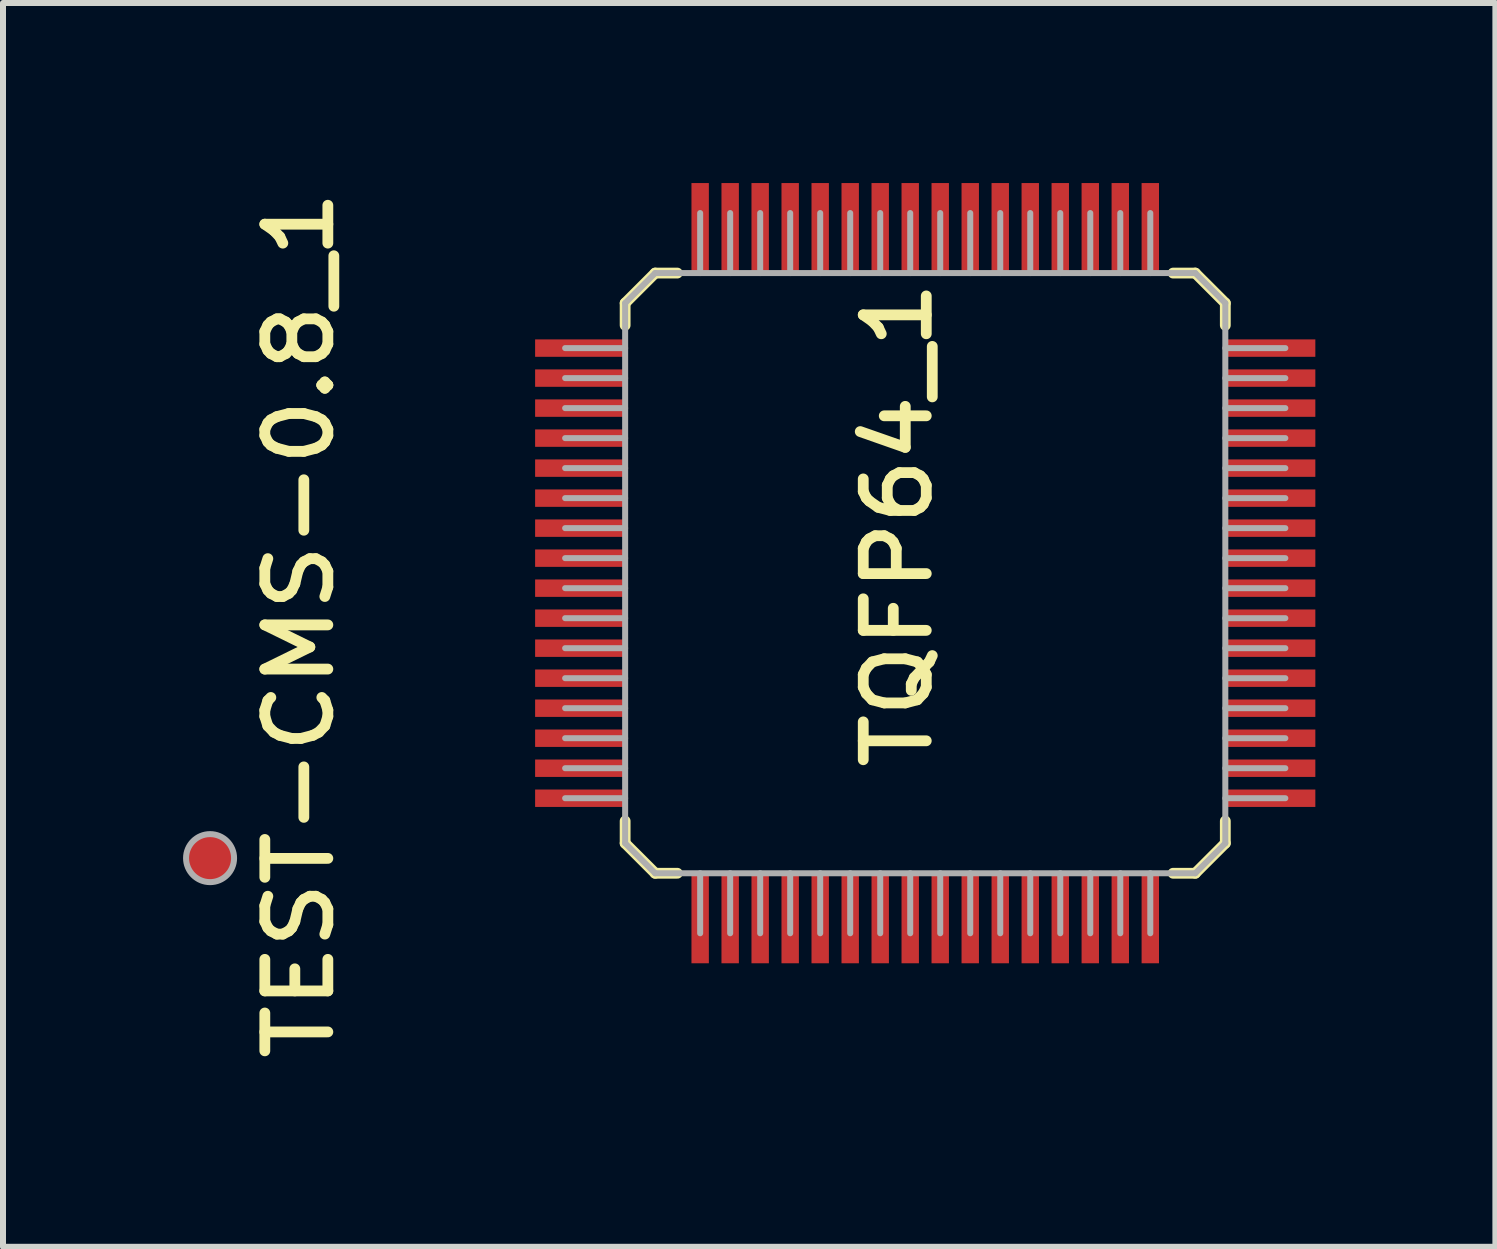
<source format=kicad_pcb>
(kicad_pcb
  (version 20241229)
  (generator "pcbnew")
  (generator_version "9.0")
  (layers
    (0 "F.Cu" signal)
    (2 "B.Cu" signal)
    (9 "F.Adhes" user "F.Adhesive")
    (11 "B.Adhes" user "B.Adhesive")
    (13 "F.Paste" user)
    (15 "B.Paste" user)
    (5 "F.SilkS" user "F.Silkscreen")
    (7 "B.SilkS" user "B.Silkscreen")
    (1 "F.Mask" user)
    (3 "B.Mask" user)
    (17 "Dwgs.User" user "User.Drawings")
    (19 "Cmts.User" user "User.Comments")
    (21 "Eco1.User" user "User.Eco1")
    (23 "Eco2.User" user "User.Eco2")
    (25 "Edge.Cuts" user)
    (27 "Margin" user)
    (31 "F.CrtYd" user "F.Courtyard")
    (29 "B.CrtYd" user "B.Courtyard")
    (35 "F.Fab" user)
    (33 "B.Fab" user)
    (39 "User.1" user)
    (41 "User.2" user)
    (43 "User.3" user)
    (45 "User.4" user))
  (footprint "TEST-CMS-0.8_1"
    (layer "F.Cu")
    (at 0.45 11.248)
    (property "Reference" "TEST-CMS-0.8_1" (at 1.486 -3.886 90) (unlocked yes) (layer "F.SilkS") (effects (font (size 1.05 1.104) (thickness 0.18))))
    (attr smd)
    (fp_circle (center 0 0) (end 0.4 0) (stroke (width 0.1) (type solid)) (fill no) (layer "F.Fab"))
    (pad "1" smd circle (at 0 0) (size 0.813 0.813) (layers "F.Cu" "F.Mask" "F.Paste")))
  (footprint "TQFP64_1"
    (layer "F.Cu")
    (at 12.366 6.5)
    (property "Reference" "TQFP64_1" (at -0.459 -0.808 90) (unlocked yes) (layer "F.SilkS") (effects (font (size 1.05 1.104) (thickness 0.18))))
    (attr smd)
    (fp_line (start -5 -4.5) (end -4.5 -5) (stroke (width 0.18) (type solid)) (layer "F.SilkS"))
    (fp_line (start -5 -4.13) (end -5 -4.5) (stroke (width 0.18) (type solid)) (layer "F.SilkS"))
    (fp_line (start -5 4.5) (end -5 4.13) (stroke (width 0.18) (type solid)) (layer "F.SilkS"))
    (fp_line (start -5 4.5) (end -4.5 5) (stroke (width 0.18) (type solid)) (layer "F.SilkS"))
    (fp_line (start -4.5 -5) (end -4.13 -5) (stroke (width 0.18) (type solid)) (layer "F.SilkS"))
    (fp_line (start -4.5 5) (end -4.13 5) (stroke (width 0.18) (type solid)) (layer "F.SilkS"))
    (fp_line (start 4.13 -5) (end 4.5 -5) (stroke (width 0.18) (type solid)) (layer "F.SilkS"))
    (fp_line (start 4.13 5) (end 4.5 5) (stroke (width 0.18) (type solid)) (layer "F.SilkS"))
    (fp_line (start 4.5 -5) (end 5 -4.5) (stroke (width 0.18) (type solid)) (layer "F.SilkS"))
    (fp_line (start 4.5 5) (end 5 4.5) (stroke (width 0.18) (type solid)) (layer "F.SilkS"))
    (fp_line (start 5 -4.13) (end 5 -4.5) (stroke (width 0.18) (type solid)) (layer "F.SilkS"))
    (fp_line (start 5 4.5) (end 5 4.13) (stroke (width 0.18) (type solid)) (layer "F.SilkS"))
    (fp_line (start -6 -3.75) (end -5 -3.75) (stroke (width 0.1) (type solid)) (layer "F.Fab"))
    (fp_line (start -6 -3.25) (end -5 -3.25) (stroke (width 0.1) (type solid)) (layer "F.Fab"))
    (fp_line (start -6 -2.75) (end -5 -2.75) (stroke (width 0.1) (type solid)) (layer "F.Fab"))
    (fp_line (start -6 -2.25) (end -5 -2.25) (stroke (width 0.1) (type solid)) (layer "F.Fab"))
    (fp_line (start -6 -1.75) (end -5 -1.75) (stroke (width 0.1) (type solid)) (layer "F.Fab"))
    (fp_line (start -6 -1.25) (end -5 -1.25) (stroke (width 0.1) (type solid)) (layer "F.Fab"))
    (fp_line (start -6 -0.75) (end -5 -0.75) (stroke (width 0.1) (type solid)) (layer "F.Fab"))
    (fp_line (start -6 -0.25) (end -5 -0.25) (stroke (width 0.1) (type solid)) (layer "F.Fab"))
    (fp_line (start -6 0.25) (end -5 0.25) (stroke (width 0.1) (type solid)) (layer "F.Fab"))
    (fp_line (start -6 0.75) (end -5 0.75) (stroke (width 0.1) (type solid)) (layer "F.Fab"))
    (fp_line (start -6 1.25) (end -5 1.25) (stroke (width 0.1) (type solid)) (layer "F.Fab"))
    (fp_line (start -6 1.75) (end -5 1.75) (stroke (width 0.1) (type solid)) (layer "F.Fab"))
    (fp_line (start -6 2.25) (end -5 2.25) (stroke (width 0.1) (type solid)) (layer "F.Fab"))
    (fp_line (start -6 2.75) (end -5 2.75) (stroke (width 0.1) (type solid)) (layer "F.Fab"))
    (fp_line (start -6 3.25) (end -5 3.25) (stroke (width 0.1) (type solid)) (layer "F.Fab"))
    (fp_line (start -6 3.75) (end -5 3.75) (stroke (width 0.1) (type solid)) (layer "F.Fab"))
    (fp_line (start -5 -4.5) (end -4.5 -5) (stroke (width 0.1) (type solid)) (layer "F.Fab"))
    (fp_line (start -5 4.5) (end -5 -4.5) (stroke (width 0.1) (type solid)) (layer "F.Fab"))
    (fp_line (start -5 4.5) (end -4.5 5) (stroke (width 0.1) (type solid)) (layer "F.Fab"))
    (fp_line (start -4.5 -5) (end 4.5 -5) (stroke (width 0.1) (type solid)) (layer "F.Fab"))
    (fp_line (start -4.5 5) (end 4.5 5) (stroke (width 0.1) (type solid)) (layer "F.Fab"))
    (fp_line (start -3.75 -5) (end -3.75 -6) (stroke (width 0.1) (type solid)) (layer "F.Fab"))
    (fp_line (start -3.75 6) (end -3.75 5) (stroke (width 0.1) (type solid)) (layer "F.Fab"))
    (fp_line (start -3.25 -5) (end -3.25 -6) (stroke (width 0.1) (type solid)) (layer "F.Fab"))
    (fp_line (start -3.25 6) (end -3.25 5) (stroke (width 0.1) (type solid)) (layer "F.Fab"))
    (fp_line (start -2.75 -5) (end -2.75 -6) (stroke (width 0.1) (type solid)) (layer "F.Fab"))
    (fp_line (start -2.75 6) (end -2.75 5) (stroke (width 0.1) (type solid)) (layer "F.Fab"))
    (fp_line (start -2.25 -5) (end -2.25 -6) (stroke (width 0.1) (type solid)) (layer "F.Fab"))
    (fp_line (start -2.25 6) (end -2.25 5) (stroke (width 0.1) (type solid)) (layer "F.Fab"))
    (fp_line (start -1.75 -5) (end -1.75 -6) (stroke (width 0.1) (type solid)) (layer "F.Fab"))
    (fp_line (start -1.75 6) (end -1.75 5) (stroke (width 0.1) (type solid)) (layer "F.Fab"))
    (fp_line (start -1.25 -5) (end -1.25 -6) (stroke (width 0.1) (type solid)) (layer "F.Fab"))
    (fp_line (start -1.25 6) (end -1.25 5) (stroke (width 0.1) (type solid)) (layer "F.Fab"))
    (fp_line (start -0.75 -5) (end -0.75 -6) (stroke (width 0.1) (type solid)) (layer "F.Fab"))
    (fp_line (start -0.75 6) (end -0.75 5) (stroke (width 0.1) (type solid)) (layer "F.Fab"))
    (fp_line (start -0.25 -5) (end -0.25 -6) (stroke (width 0.1) (type solid)) (layer "F.Fab"))
    (fp_line (start -0.25 6) (end -0.25 5) (stroke (width 0.1) (type solid)) (layer "F.Fab"))
    (fp_line (start 0.25 -5) (end 0.25 -6) (stroke (width 0.1) (type solid)) (layer "F.Fab"))
    (fp_line (start 0.25 6) (end 0.25 5) (stroke (width 0.1) (type solid)) (layer "F.Fab"))
    (fp_line (start 0.75 -5) (end 0.75 -6) (stroke (width 0.1) (type solid)) (layer "F.Fab"))
    (fp_line (start 0.75 6) (end 0.75 5) (stroke (width 0.1) (type solid)) (layer "F.Fab"))
    (fp_line (start 1.25 -5) (end 1.25 -6) (stroke (width 0.1) (type solid)) (layer "F.Fab"))
    (fp_line (start 1.25 6) (end 1.25 5) (stroke (width 0.1) (type solid)) (layer "F.Fab"))
    (fp_line (start 1.75 -5) (end 1.75 -6) (stroke (width 0.1) (type solid)) (layer "F.Fab"))
    (fp_line (start 1.75 6) (end 1.75 5) (stroke (width 0.1) (type solid)) (layer "F.Fab"))
    (fp_line (start 2.25 -5) (end 2.25 -6) (stroke (width 0.1) (type solid)) (layer "F.Fab"))
    (fp_line (start 2.25 6) (end 2.25 5) (stroke (width 0.1) (type solid)) (layer "F.Fab"))
    (fp_line (start 2.75 -5) (end 2.75 -6) (stroke (width 0.1) (type solid)) (layer "F.Fab"))
    (fp_line (start 2.75 6) (end 2.75 5) (stroke (width 0.1) (type solid)) (layer "F.Fab"))
    (fp_line (start 3.25 -5) (end 3.25 -6) (stroke (width 0.1) (type solid)) (layer "F.Fab"))
    (fp_line (start 3.25 6) (end 3.25 5) (stroke (width 0.1) (type solid)) (layer "F.Fab"))
    (fp_line (start 3.75 -5) (end 3.75 -6) (stroke (width 0.1) (type solid)) (layer "F.Fab"))
    (fp_line (start 3.75 6) (end 3.75 5) (stroke (width 0.1) (type solid)) (layer "F.Fab"))
    (fp_line (start 4.5 -5) (end 5 -4.5) (stroke (width 0.1) (type solid)) (layer "F.Fab"))
    (fp_line (start 4.5 5) (end 5 4.5) (stroke (width 0.1) (type solid)) (layer "F.Fab"))
    (fp_line (start 5 -3.75) (end 6 -3.75) (stroke (width 0.1) (type solid)) (layer "F.Fab"))
    (fp_line (start 5 -3.25) (end 6 -3.25) (stroke (width 0.1) (type solid)) (layer "F.Fab"))
    (fp_line (start 5 -2.75) (end 6 -2.75) (stroke (width 0.1) (type solid)) (layer "F.Fab"))
    (fp_line (start 5 -2.25) (end 6 -2.25) (stroke (width 0.1) (type solid)) (layer "F.Fab"))
    (fp_line (start 5 -1.75) (end 6 -1.75) (stroke (width 0.1) (type solid)) (layer "F.Fab"))
    (fp_line (start 5 -1.25) (end 6 -1.25) (stroke (width 0.1) (type solid)) (layer "F.Fab"))
    (fp_line (start 5 -0.75) (end 6 -0.75) (stroke (width 0.1) (type solid)) (layer "F.Fab"))
    (fp_line (start 5 -0.25) (end 6 -0.25) (stroke (width 0.1) (type solid)) (layer "F.Fab"))
    (fp_line (start 5 0.25) (end 6 0.25) (stroke (width 0.1) (type solid)) (layer "F.Fab"))
    (fp_line (start 5 0.75) (end 6 0.75) (stroke (width 0.1) (type solid)) (layer "F.Fab"))
    (fp_line (start 5 1.25) (end 6 1.25) (stroke (width 0.1) (type solid)) (layer "F.Fab"))
    (fp_line (start 5 1.75) (end 6 1.75) (stroke (width 0.1) (type solid)) (layer "F.Fab"))
    (fp_line (start 5 2.25) (end 6 2.25) (stroke (width 0.1) (type solid)) (layer "F.Fab"))
    (fp_line (start 5 2.75) (end 6 2.75) (stroke (width 0.1) (type solid)) (layer "F.Fab"))
    (fp_line (start 5 3.25) (end 6 3.25) (stroke (width 0.1) (type solid)) (layer "F.Fab"))
    (fp_line (start 5 3.75) (end 6 3.75) (stroke (width 0.1) (type solid)) (layer "F.Fab"))
    (fp_line (start 5 4.5) (end 5 -4.5) (stroke (width 0.1) (type solid)) (layer "F.Fab"))
    (fp_circle (center -4 -4) (end -3.6 -4) (stroke (width 0.00003) (type solid)) (fill no) (layer "F.Fab"))
    (pad "1" smd rect (at -5.75 -3.75 90) (size 0.29 1.5) (layers "F.Cu" "F.Mask" "F.Paste"))
    (pad "2" smd rect (at -5.75 -3.25 90) (size 0.29 1.5) (layers "F.Cu" "F.Mask" "F.Paste"))
    (pad "3" smd rect (at -5.75 -2.75 90) (size 0.29 1.5) (layers "F.Cu" "F.Mask" "F.Paste"))
    (pad "4" smd rect (at -5.75 -2.25 90) (size 0.29 1.5) (layers "F.Cu" "F.Mask" "F.Paste"))
    (pad "5" smd rect (at -5.75 -1.75 90) (size 0.29 1.5) (layers "F.Cu" "F.Mask" "F.Paste"))
    (pad "6" smd rect (at -5.75 -1.25 90) (size 0.29 1.5) (layers "F.Cu" "F.Mask" "F.Paste"))
    (pad "7" smd rect (at -5.75 -0.75 90) (size 0.29 1.5) (layers "F.Cu" "F.Mask" "F.Paste"))
    (pad "8" smd rect (at -5.75 -0.25 90) (size 0.29 1.5) (layers "F.Cu" "F.Mask" "F.Paste"))
    (pad "9" smd rect (at -5.75 0.25 90) (size 0.29 1.5) (layers "F.Cu" "F.Mask" "F.Paste"))
    (pad "10" smd rect (at -5.75 0.75 90) (size 0.29 1.5) (layers "F.Cu" "F.Mask" "F.Paste"))
    (pad "11" smd rect (at -5.75 1.25 90) (size 0.29 1.5) (layers "F.Cu" "F.Mask" "F.Paste"))
    (pad "12" smd rect (at -5.75 1.75 90) (size 0.29 1.5) (layers "F.Cu" "F.Mask" "F.Paste"))
    (pad "13" smd rect (at -5.75 2.25 90) (size 0.29 1.5) (layers "F.Cu" "F.Mask" "F.Paste"))
    (pad "14" smd rect (at -5.75 2.75 90) (size 0.29 1.5) (layers "F.Cu" "F.Mask" "F.Paste"))
    (pad "15" smd rect (at -5.75 3.25 90) (size 0.29 1.5) (layers "F.Cu" "F.Mask" "F.Paste"))
    (pad "16" smd rect (at -5.75 3.75 90) (size 0.29 1.5) (layers "F.Cu" "F.Mask" "F.Paste"))
    (pad "17" smd rect (at -3.75 5.75) (size 0.29 1.5) (layers "F.Cu" "F.Mask" "F.Paste"))
    (pad "18" smd rect (at -3.25 5.75) (size 0.29 1.5) (layers "F.Cu" "F.Mask" "F.Paste"))
    (pad "19" smd rect (at -2.75 5.75) (size 0.29 1.5) (layers "F.Cu" "F.Mask" "F.Paste"))
    (pad "20" smd rect (at -2.25 5.75) (size 0.29 1.5) (layers "F.Cu" "F.Mask" "F.Paste"))
    (pad "21" smd rect (at -1.75 5.75) (size 0.29 1.5) (layers "F.Cu" "F.Mask" "F.Paste"))
    (pad "22" smd rect (at -1.25 5.75) (size 0.29 1.5) (layers "F.Cu" "F.Mask" "F.Paste"))
    (pad "23" smd rect (at -0.75 5.75) (size 0.29 1.5) (layers "F.Cu" "F.Mask" "F.Paste"))
    (pad "24" smd rect (at -0.25 5.75) (size 0.29 1.5) (layers "F.Cu" "F.Mask" "F.Paste"))
    (pad "25" smd rect (at 0.25 5.75) (size 0.29 1.5) (layers "F.Cu" "F.Mask" "F.Paste"))
    (pad "26" smd rect (at 0.75 5.75) (size 0.29 1.5) (layers "F.Cu" "F.Mask" "F.Paste"))
    (pad "27" smd rect (at 1.25 5.75) (size 0.29 1.5) (layers "F.Cu" "F.Mask" "F.Paste"))
    (pad "28" smd rect (at 1.75 5.75) (size 0.29 1.5) (layers "F.Cu" "F.Mask" "F.Paste"))
    (pad "29" smd rect (at 2.25 5.75) (size 0.29 1.5) (layers "F.Cu" "F.Mask" "F.Paste"))
    (pad "30" smd rect (at 2.75 5.75) (size 0.29 1.5) (layers "F.Cu" "F.Mask" "F.Paste"))
    (pad "31" smd rect (at 3.25 5.75) (size 0.29 1.5) (layers "F.Cu" "F.Mask" "F.Paste"))
    (pad "32" smd rect (at 3.75 5.75) (size 0.29 1.5) (layers "F.Cu" "F.Mask" "F.Paste"))
    (pad "33" smd rect (at 5.75 3.75 90) (size 0.29 1.5) (layers "F.Cu" "F.Mask" "F.Paste"))
    (pad "34" smd rect (at 5.75 3.25 90) (size 0.29 1.5) (layers "F.Cu" "F.Mask" "F.Paste"))
    (pad "35" smd rect (at 5.75 2.75 90) (size 0.29 1.5) (layers "F.Cu" "F.Mask" "F.Paste"))
    (pad "36" smd rect (at 5.75 2.25 90) (size 0.29 1.5) (layers "F.Cu" "F.Mask" "F.Paste"))
    (pad "37" smd rect (at 5.75 1.75 90) (size 0.29 1.5) (layers "F.Cu" "F.Mask" "F.Paste"))
    (pad "38" smd rect (at 5.75 1.25 90) (size 0.29 1.5) (layers "F.Cu" "F.Mask" "F.Paste"))
    (pad "39" smd rect (at 5.75 0.75 90) (size 0.29 1.5) (layers "F.Cu" "F.Mask" "F.Paste"))
    (pad "40" smd rect (at 5.75 0.25 90) (size 0.29 1.5) (layers "F.Cu" "F.Mask" "F.Paste"))
    (pad "41" smd rect (at 5.75 -0.25 90) (size 0.29 1.5) (layers "F.Cu" "F.Mask" "F.Paste"))
    (pad "42" smd rect (at 5.75 -0.75 90) (size 0.29 1.5) (layers "F.Cu" "F.Mask" "F.Paste"))
    (pad "43" smd rect (at 5.75 -1.25 90) (size 0.29 1.5) (layers "F.Cu" "F.Mask" "F.Paste"))
    (pad "44" smd rect (at 5.75 -1.75 90) (size 0.29 1.5) (layers "F.Cu" "F.Mask" "F.Paste"))
    (pad "45" smd rect (at 5.75 -2.25 90) (size 0.29 1.5) (layers "F.Cu" "F.Mask" "F.Paste"))
    (pad "46" smd rect (at 5.75 -2.75 90) (size 0.29 1.5) (layers "F.Cu" "F.Mask" "F.Paste"))
    (pad "47" smd rect (at 5.75 -3.25 90) (size 0.29 1.5) (layers "F.Cu" "F.Mask" "F.Paste"))
    (pad "48" smd rect (at 5.75 -3.75 90) (size 0.29 1.5) (layers "F.Cu" "F.Mask" "F.Paste"))
    (pad "49" smd rect (at 3.75 -5.75) (size 0.29 1.5) (layers "F.Cu" "F.Mask" "F.Paste"))
    (pad "50" smd rect (at 3.25 -5.75) (size 0.29 1.5) (layers "F.Cu" "F.Mask" "F.Paste"))
    (pad "51" smd rect (at 2.75 -5.75) (size 0.29 1.5) (layers "F.Cu" "F.Mask" "F.Paste"))
    (pad "52" smd rect (at 2.25 -5.75) (size 0.29 1.5) (layers "F.Cu" "F.Mask" "F.Paste"))
    (pad "53" smd rect (at 1.75 -5.75) (size 0.29 1.5) (layers "F.Cu" "F.Mask" "F.Paste"))
    (pad "54" smd rect (at 1.25 -5.75) (size 0.29 1.5) (layers "F.Cu" "F.Mask" "F.Paste"))
    (pad "55" smd rect (at 0.75 -5.75) (size 0.29 1.5) (layers "F.Cu" "F.Mask" "F.Paste"))
    (pad "56" smd rect (at 0.25 -5.75) (size 0.29 1.5) (layers "F.Cu" "F.Mask" "F.Paste"))
    (pad "57" smd rect (at -0.25 -5.75) (size 0.29 1.5) (layers "F.Cu" "F.Mask" "F.Paste"))
    (pad "58" smd rect (at -0.75 -5.75) (size 0.29 1.5) (layers "F.Cu" "F.Mask" "F.Paste"))
    (pad "59" smd rect (at -1.25 -5.75) (size 0.29 1.5) (layers "F.Cu" "F.Mask" "F.Paste"))
    (pad "60" smd rect (at -1.75 -5.75) (size 0.29 1.5) (layers "F.Cu" "F.Mask" "F.Paste"))
    (pad "61" smd rect (at -2.25 -5.75) (size 0.29 1.5) (layers "F.Cu" "F.Mask" "F.Paste"))
    (pad "62" smd rect (at -2.75 -5.75) (size 0.29 1.5) (layers "F.Cu" "F.Mask" "F.Paste"))
    (pad "63" smd rect (at -3.25 -5.75) (size 0.29 1.5) (layers "F.Cu" "F.Mask" "F.Paste"))
    (pad "64" smd rect (at -3.75 -5.75) (size 0.29 1.5) (layers "F.Cu" "F.Mask" "F.Paste")))
  (gr_rect
    (start -3 -3)
    (end 21.866 17.724)
    (stroke (width 0.1) (type default))
    (fill no)
    (layer "Edge.Cuts")))
</source>
